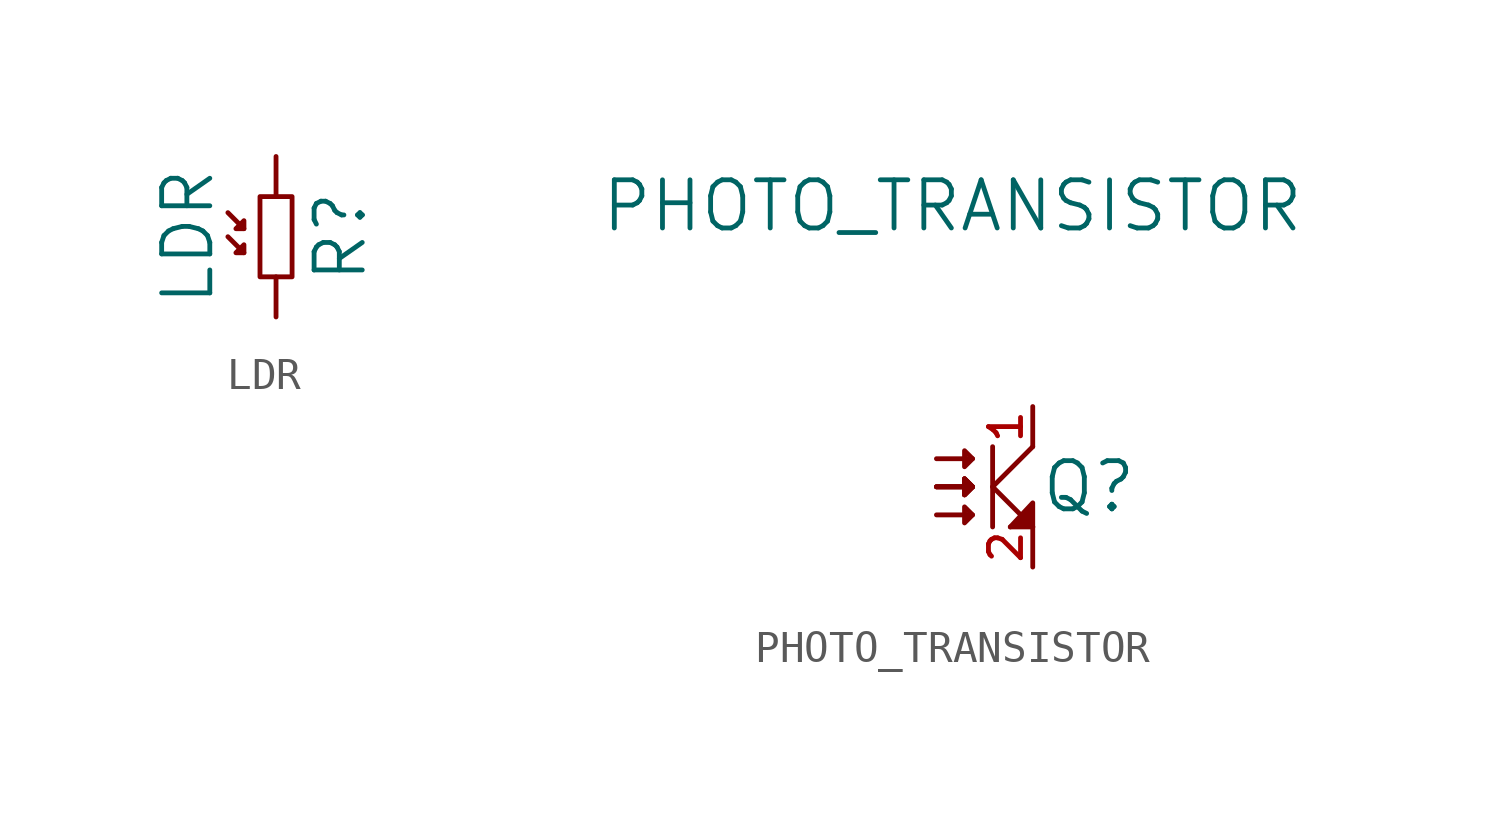
<source format=kicad_sym>
(kicad_symbol_lib
  (version 20211014)
  (generator kicad_symbol_editor)
  (symbol "LDR"
    (pin_numbers hide)
    (pin_names
      (offset 1.016) hide)
    (property "Reference" "R"
      (at 2.032 0 90)
      (effects (font (size 1.524 1.524))))
    (property "Value" "LDR"
      (at -2.794 0 90)
      (effects (font (size 1.524 1.524))))
    (property "Footprint" ""
      (at -1.27 0 0)
      (effects (font (size 1.524 1.524))))
    (property "Datasheet" ""
      (at -1.27 0 0)
      (effects (font (size 1.524 1.524))))
    (symbol "LDR_0_1"
      (rectangle (start -0.508 1.27) (end 0.508 -1.27) (stroke (width 0) (type default) (color 0 0 0 0)) (fill (type none)))
      (polyline (pts (xy -1.016 -0.508) (xy -1.524 0)) (stroke (width 0) (type default) (color 0 0 0 0)) (fill (type none)))
      (polyline (pts (xy -1.016 0.254) (xy -1.524 0.762)) (stroke (width 0) (type default) (color 0 0 0 0)) (fill (type none)))
      (polyline (pts (xy -1.27 -0.508) (xy -1.016 -0.508) (xy -1.016 -0.254) (xy -1.27 -0.508)) (stroke (width 0) (type default) (color 0 0 0 0)) (fill (type none)))
      (polyline (pts (xy -1.27 0.254) (xy -1.016 0.254) (xy -1.016 0.508) (xy -1.27 0.254)) (stroke (width 0) (type default) (color 0 0 0 0)) (fill (type none))))
    (symbol "LDR_1_1"
      (pin passive line (at 0 2.54 270) (length 1.27) (name "~" (effects (font (size 1.016 1.016)))) (number "1" (effects (font (size 1.016 1.016)))))
      (pin passive line (at 0 -2.54 90) (length 1.27) (name "~" (effects (font (size 1.016 1.016)))) (number "2" (effects (font (size 1.016 1.016)))))))
  (symbol "PHOTO_TRANSISTOR"
    (pin_names
      (offset 1.016))
    (property "Reference" "Q"
      (at 3.048 0 0)
      (effects (font (size 1.524 1.524))))
    (property "Value" "PHOTO_TRANSISTOR"
      (at -1.27 8.89 0)
      (effects (font (size 1.524 1.524))))
    (property "Footprint" ""
      (at 0 0 0)
      (effects (font (size 1.524 1.524))))
    (property "Datasheet" ""
      (at 0 0 0)
      (effects (font (size 1.524 1.524))))
    (symbol "PHOTO_TRANSISTOR_0_1"
      (polyline (pts (xy -1.778 -0.889) (xy -0.635 -0.889)) (stroke (width 0) (type default) (color 0 0 0 0)) (fill (type none)))
      (polyline (pts (xy -1.778 0.889) (xy -0.635 0.889)) (stroke (width 0) (type default) (color 0 0 0 0)) (fill (type none)))
      (polyline (pts (xy -0.635 0) (xy -1.778 0)) (stroke (width 0) (type default) (color 0 0 0 0)) (fill (type none)))
      (polyline (pts (xy -0.635 0) (xy -1.778 0)) (stroke (width 0) (type default) (color 0 0 0 0)) (fill (type none)))
      (polyline (pts (xy -0.635 0) (xy -1.778 0)) (stroke (width 0) (type default) (color 0 0 0 0)) (fill (type none)))
      (polyline (pts (xy -0.635 0) (xy -1.778 0)) (stroke (width 0) (type default) (color 0 0 0 0)) (fill (type none)))
      (polyline (pts (xy 1.27 -1.27) (xy 0 0)) (stroke (width 0) (type default) (color 0 0 0 0)) (fill (type none)))
      (polyline (pts (xy 1.27 -1.27) (xy 0.559 -1.27)) (stroke (width 0) (type default) (color 0 0 0 0)) (fill (type none)))
      (polyline (pts (xy 0 0) (xy 1.27 1.27) (xy 1.27 1.27)) (stroke (width 0) (type default) (color 0 0 0 0)) (fill (type outline)))
      (polyline (pts (xy 0 1.27) (xy 0 -1.27) (xy 0 -1.27)) (stroke (width 0) (type default) (color 0 0 0 0)) (fill (type outline)))
      (polyline (pts (xy 0.559 -1.27) (xy 1.27 -0.508) (xy 1.27 -1.27)) (stroke (width 0) (type default) (color 0 0 0 0)) (fill (type outline)))
      (polyline (pts (xy -0.635 -0.889) (xy -0.889 -0.635) (xy -0.889 -1.143) (xy -0.635 -0.889)) (stroke (width 0) (type default) (color 0 0 0 0)) (fill (type none)))
      (polyline (pts (xy -0.635 0) (xy -0.889 0.254) (xy -0.889 -0.254) (xy -0.635 0)) (stroke (width 0) (type default) (color 0 0 0 0)) (fill (type none)))
      (polyline (pts (xy -0.635 0) (xy -0.889 0.254) (xy -0.889 -0.254) (xy -0.635 0)) (stroke (width 0) (type default) (color 0 0 0 0)) (fill (type none)))
      (polyline (pts (xy -0.635 0) (xy -0.889 0.254) (xy -0.889 -0.254) (xy -0.635 0)) (stroke (width 0) (type default) (color 0 0 0 0)) (fill (type none)))
      (polyline (pts (xy -0.635 0) (xy -0.889 0.254) (xy -0.889 -0.254) (xy -0.635 0)) (stroke (width 0) (type default) (color 0 0 0 0)) (fill (type none)))
      (polyline (pts (xy -0.635 0.889) (xy -0.889 1.143) (xy -0.889 0.762) (xy -0.889 0.635) (xy -0.635 0.889)) (stroke (width 0) (type default) (color 0 0 0 0)) (fill (type none))))
    (symbol "PHOTO_TRANSISTOR_1_1"
      (pin passive line (at 1.27 2.54 270) (length 1.27) (name "~" (effects (font (size 1.016 1.016)))) (number "1" (effects (font (size 1.016 1.016)))))
      (pin passive line (at 1.27 -2.54 90) (length 1.27) (name "~" (effects (font (size 1.016 1.016)))) (number "2" (effects (font (size 1.016 1.016))))))))
</source>
